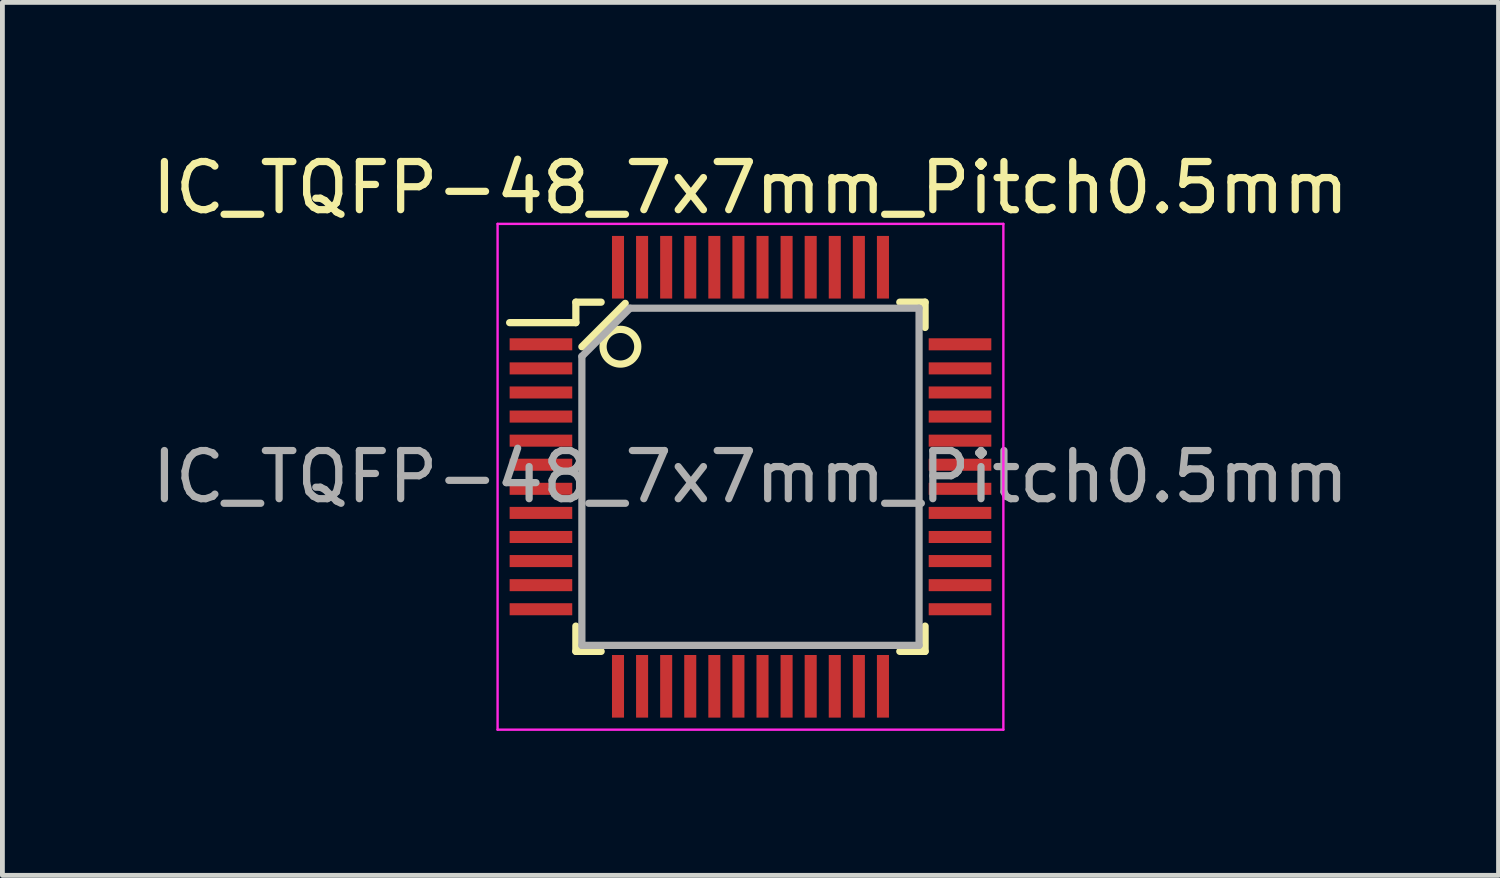
<source format=kicad_pcb>
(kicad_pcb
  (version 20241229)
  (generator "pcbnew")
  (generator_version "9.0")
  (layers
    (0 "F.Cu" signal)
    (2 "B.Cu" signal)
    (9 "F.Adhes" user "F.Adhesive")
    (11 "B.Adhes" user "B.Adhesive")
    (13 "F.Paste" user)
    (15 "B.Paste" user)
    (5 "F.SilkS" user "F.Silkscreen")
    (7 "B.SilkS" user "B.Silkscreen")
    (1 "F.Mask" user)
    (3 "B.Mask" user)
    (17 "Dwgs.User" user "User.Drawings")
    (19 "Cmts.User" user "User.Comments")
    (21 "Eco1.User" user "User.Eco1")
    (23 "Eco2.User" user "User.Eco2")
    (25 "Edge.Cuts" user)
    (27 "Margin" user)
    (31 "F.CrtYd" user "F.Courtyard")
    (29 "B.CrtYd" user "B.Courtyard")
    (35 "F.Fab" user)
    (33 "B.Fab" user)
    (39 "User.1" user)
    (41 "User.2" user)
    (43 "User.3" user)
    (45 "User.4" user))
  (footprint "IC_TQFP-48_7x7mm_Pitch0.5mm"
    (layer "F.Cu")
    (at 12.53 6.848)
    (property "Reference" "IC_TQFP-48_7x7mm_Pitch0.5mm" (at 0 -6 0) (layer "F.SilkS") (effects (font (size 1 1) (thickness 0.15))))
    (attr smd)
    (fp_line (start -3.625 -3.625) (end -3.625 -3.2) (stroke (width 0.15) (type solid)) (layer "F.SilkS"))
    (fp_line (start -3.625 -3.625) (end -3.1 -3.625) (stroke (width 0.15) (type solid)) (layer "F.SilkS"))
    (fp_line (start -3.625 -3.2) (end -5 -3.2) (stroke (width 0.15) (type solid)) (layer "F.SilkS"))
    (fp_line (start -3.625 3.625) (end -3.625 3.1) (stroke (width 0.15) (type solid)) (layer "F.SilkS"))
    (fp_line (start -3.625 3.625) (end -3.1 3.625) (stroke (width 0.15) (type solid)) (layer "F.SilkS"))
    (fp_line (start -3.5 -2.7) (end -2.6 -3.6) (stroke (width 0.15) (type solid)) (layer "F.SilkS"))
    (fp_line (start 3.625 -3.625) (end 3.1 -3.625) (stroke (width 0.15) (type solid)) (layer "F.SilkS"))
    (fp_line (start 3.625 -3.625) (end 3.625 -3.1) (stroke (width 0.15) (type solid)) (layer "F.SilkS"))
    (fp_line (start 3.625 3.625) (end 3.1 3.625) (stroke (width 0.15) (type solid)) (layer "F.SilkS"))
    (fp_line (start 3.625 3.625) (end 3.625 3.1) (stroke (width 0.15) (type solid)) (layer "F.SilkS"))
    (fp_circle (center -2.7 -2.7) (end -3 -2.9) (stroke (width 0.15) (type solid)) (fill no) (layer "F.SilkS"))
    (fp_line (start -5.25 -5.25) (end -5.25 5.25) (stroke (width 0.05) (type solid)) (layer "F.CrtYd"))
    (fp_line (start -5.25 -5.25) (end 5.25 -5.25) (stroke (width 0.05) (type solid)) (layer "F.CrtYd"))
    (fp_line (start -5.25 5.25) (end 5.25 5.25) (stroke (width 0.05) (type solid)) (layer "F.CrtYd"))
    (fp_line (start 5.25 -5.25) (end 5.25 5.25) (stroke (width 0.05) (type solid)) (layer "F.CrtYd"))
    (fp_line (start -3.5 -2.5) (end -2.5 -3.5) (stroke (width 0.15) (type solid)) (layer "F.Fab"))
    (fp_line (start -3.5 3.5) (end -3.5 -2.5) (stroke (width 0.15) (type solid)) (layer "F.Fab"))
    (fp_line (start -2.5 -3.5) (end 3.5 -3.5) (stroke (width 0.15) (type solid)) (layer "F.Fab"))
    (fp_line (start 3.5 -3.5) (end 3.5 3.5) (stroke (width 0.15) (type solid)) (layer "F.Fab"))
    (fp_line (start 3.5 3.5) (end -3.5 3.5) (stroke (width 0.15) (type solid)) (layer "F.Fab"))
    (fp_text user "${REFERENCE}" (at 0 0 0) (layer "F.Fab") (effects (font (size 1 1) (thickness 0.15))))
    (pad "1" smd rect (at -4.35 -2.75) (size 1.3 0.25) (layers "F.Cu" "F.Mask" "F.Paste"))
    (pad "2" smd rect (at -4.35 -2.25) (size 1.3 0.25) (layers "F.Cu" "F.Mask" "F.Paste"))
    (pad "3" smd rect (at -4.35 -1.75) (size 1.3 0.25) (layers "F.Cu" "F.Mask" "F.Paste"))
    (pad "4" smd rect (at -4.35 -1.25) (size 1.3 0.25) (layers "F.Cu" "F.Mask" "F.Paste"))
    (pad "5" smd rect (at -4.35 -0.75) (size 1.3 0.25) (layers "F.Cu" "F.Mask" "F.Paste"))
    (pad "6" smd rect (at -4.35 -0.25) (size 1.3 0.25) (layers "F.Cu" "F.Mask" "F.Paste"))
    (pad "7" smd rect (at -4.35 0.25) (size 1.3 0.25) (layers "F.Cu" "F.Mask" "F.Paste"))
    (pad "8" smd rect (at -4.35 0.75) (size 1.3 0.25) (layers "F.Cu" "F.Mask" "F.Paste"))
    (pad "9" smd rect (at -4.35 1.25) (size 1.3 0.25) (layers "F.Cu" "F.Mask" "F.Paste"))
    (pad "10" smd rect (at -4.35 1.75) (size 1.3 0.25) (layers "F.Cu" "F.Mask" "F.Paste"))
    (pad "11" smd rect (at -4.35 2.25) (size 1.3 0.25) (layers "F.Cu" "F.Mask" "F.Paste"))
    (pad "12" smd rect (at -4.35 2.75) (size 1.3 0.25) (layers "F.Cu" "F.Mask" "F.Paste"))
    (pad "13" smd rect (at -2.75 4.35 90) (size 1.3 0.25) (layers "F.Cu" "F.Mask" "F.Paste"))
    (pad "14" smd rect (at -2.25 4.35 90) (size 1.3 0.25) (layers "F.Cu" "F.Mask" "F.Paste"))
    (pad "15" smd rect (at -1.75 4.35 90) (size 1.3 0.25) (layers "F.Cu" "F.Mask" "F.Paste"))
    (pad "16" smd rect (at -1.25 4.35 90) (size 1.3 0.25) (layers "F.Cu" "F.Mask" "F.Paste"))
    (pad "17" smd rect (at -0.75 4.35 90) (size 1.3 0.25) (layers "F.Cu" "F.Mask" "F.Paste"))
    (pad "18" smd rect (at -0.25 4.35 90) (size 1.3 0.25) (layers "F.Cu" "F.Mask" "F.Paste"))
    (pad "19" smd rect (at 0.25 4.35 90) (size 1.3 0.25) (layers "F.Cu" "F.Mask" "F.Paste"))
    (pad "20" smd rect (at 0.75 4.35 90) (size 1.3 0.25) (layers "F.Cu" "F.Mask" "F.Paste"))
    (pad "21" smd rect (at 1.25 4.35 90) (size 1.3 0.25) (layers "F.Cu" "F.Mask" "F.Paste"))
    (pad "22" smd rect (at 1.75 4.35 90) (size 1.3 0.25) (layers "F.Cu" "F.Mask" "F.Paste"))
    (pad "23" smd rect (at 2.25 4.35 90) (size 1.3 0.25) (layers "F.Cu" "F.Mask" "F.Paste"))
    (pad "24" smd rect (at 2.75 4.35 90) (size 1.3 0.25) (layers "F.Cu" "F.Mask" "F.Paste"))
    (pad "25" smd rect (at 4.35 2.75) (size 1.3 0.25) (layers "F.Cu" "F.Mask" "F.Paste"))
    (pad "26" smd rect (at 4.35 2.25) (size 1.3 0.25) (layers "F.Cu" "F.Mask" "F.Paste"))
    (pad "27" smd rect (at 4.35 1.75) (size 1.3 0.25) (layers "F.Cu" "F.Mask" "F.Paste"))
    (pad "28" smd rect (at 4.35 1.25) (size 1.3 0.25) (layers "F.Cu" "F.Mask" "F.Paste"))
    (pad "29" smd rect (at 4.35 0.75) (size 1.3 0.25) (layers "F.Cu" "F.Mask" "F.Paste"))
    (pad "30" smd rect (at 4.35 0.25) (size 1.3 0.25) (layers "F.Cu" "F.Mask" "F.Paste"))
    (pad "31" smd rect (at 4.35 -0.25) (size 1.3 0.25) (layers "F.Cu" "F.Mask" "F.Paste"))
    (pad "32" smd rect (at 4.35 -0.75) (size 1.3 0.25) (layers "F.Cu" "F.Mask" "F.Paste"))
    (pad "33" smd rect (at 4.35 -1.25) (size 1.3 0.25) (layers "F.Cu" "F.Mask" "F.Paste"))
    (pad "34" smd rect (at 4.35 -1.75) (size 1.3 0.25) (layers "F.Cu" "F.Mask" "F.Paste"))
    (pad "35" smd rect (at 4.35 -2.25) (size 1.3 0.25) (layers "F.Cu" "F.Mask" "F.Paste"))
    (pad "36" smd rect (at 4.35 -2.75) (size 1.3 0.25) (layers "F.Cu" "F.Mask" "F.Paste"))
    (pad "37" smd rect (at 2.75 -4.35 90) (size 1.3 0.25) (layers "F.Cu" "F.Mask" "F.Paste"))
    (pad "38" smd rect (at 2.25 -4.35 90) (size 1.3 0.25) (layers "F.Cu" "F.Mask" "F.Paste"))
    (pad "39" smd rect (at 1.75 -4.35 90) (size 1.3 0.25) (layers "F.Cu" "F.Mask" "F.Paste"))
    (pad "40" smd rect (at 1.25 -4.35 90) (size 1.3 0.25) (layers "F.Cu" "F.Mask" "F.Paste"))
    (pad "41" smd rect (at 0.75 -4.35 90) (size 1.3 0.25) (layers "F.Cu" "F.Mask" "F.Paste"))
    (pad "42" smd rect (at 0.25 -4.35 90) (size 1.3 0.25) (layers "F.Cu" "F.Mask" "F.Paste"))
    (pad "43" smd rect (at -0.25 -4.35 90) (size 1.3 0.25) (layers "F.Cu" "F.Mask" "F.Paste"))
    (pad "44" smd rect (at -0.75 -4.35 90) (size 1.3 0.25) (layers "F.Cu" "F.Mask" "F.Paste"))
    (pad "45" smd rect (at -1.25 -4.35 90) (size 1.3 0.25) (layers "F.Cu" "F.Mask" "F.Paste"))
    (pad "46" smd rect (at -1.75 -4.35 90) (size 1.3 0.25) (layers "F.Cu" "F.Mask" "F.Paste"))
    (pad "47" smd rect (at -2.25 -4.35 90) (size 1.3 0.25) (layers "F.Cu" "F.Mask" "F.Paste"))
    (pad "48" smd rect (at -2.75 -4.35 90) (size 1.3 0.25) (layers "F.Cu" "F.Mask" "F.Paste")))
  (gr_rect
    (start -3 -3)
    (end 28.06 15.123)
    (stroke (width 0.1) (type default))
    (fill no)
    (layer "Edge.Cuts")))
</source>
